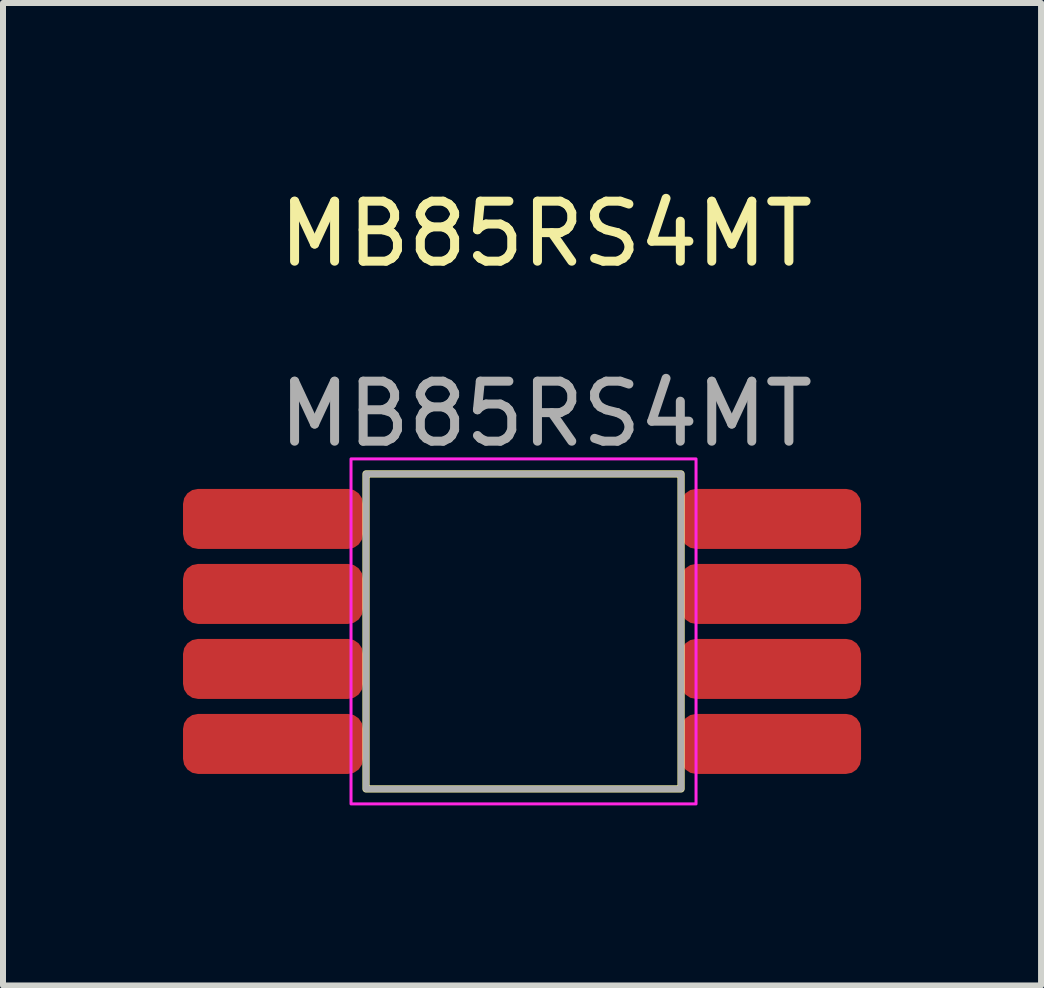
<source format=kicad_pcb>
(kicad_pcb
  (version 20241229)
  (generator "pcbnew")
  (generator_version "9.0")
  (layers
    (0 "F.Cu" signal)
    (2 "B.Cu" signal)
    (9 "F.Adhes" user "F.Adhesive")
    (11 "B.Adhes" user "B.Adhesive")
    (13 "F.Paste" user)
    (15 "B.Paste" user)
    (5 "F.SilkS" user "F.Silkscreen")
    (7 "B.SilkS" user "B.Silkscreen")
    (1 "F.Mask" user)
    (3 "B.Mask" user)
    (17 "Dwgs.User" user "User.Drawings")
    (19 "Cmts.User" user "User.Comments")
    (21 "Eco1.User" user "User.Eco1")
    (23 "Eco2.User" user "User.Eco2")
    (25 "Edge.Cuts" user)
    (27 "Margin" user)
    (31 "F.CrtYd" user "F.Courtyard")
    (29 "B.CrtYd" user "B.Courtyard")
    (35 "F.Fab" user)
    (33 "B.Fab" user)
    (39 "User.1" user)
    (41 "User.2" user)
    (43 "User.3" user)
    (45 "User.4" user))
  (footprint "MB85RS4MT"
    (layer "F.Cu")
    (at 9.8 9.348)
    (property "Reference" "MB85RS4MT" (at -3.75 -8.5 0) (unlocked yes) (layer "F.SilkS") (effects (font (size 1 1) (thickness 0.15))))
    (attr smd)
    (fp_rect (start -1.5 0.75) (end -6.75 -4.5) (stroke (width 0.12) (type solid)) (fill no) (layer "F.SilkS"))
    (fp_rect (start -1.25 1) (end -7 -4.75) (stroke (width 0.05) (type solid)) (fill no) (layer "F.CrtYd"))
    (fp_rect (start -1.5 0.75) (end -6.75 -4.5) (stroke (width 0.1) (type solid)) (fill no) (layer "F.Fab"))
    (fp_text user "${REFERENCE}" (at -3.75 -5.5 0) (unlocked yes) (layer "F.Fab") (effects (font (size 1 1) (thickness 0.15))))
    (pad "1" smd roundrect (at 0 0) (size 3 1) (layers "F.Cu" "F.Mask" "F.Paste") (roundrect_rratio 0.25))
    (pad "2" smd roundrect (at 0 -1.25) (size 3 1) (layers "F.Cu" "F.Mask" "F.Paste") (roundrect_rratio 0.25))
    (pad "3" smd roundrect (at 0 -2.5) (size 3 1) (layers "F.Cu" "F.Mask" "F.Paste") (roundrect_rratio 0.25))
    (pad "4" smd roundrect (at 0 -3.75) (size 3 1) (layers "F.Cu" "F.Mask" "F.Paste") (roundrect_rratio 0.25))
    (pad "5" smd roundrect (at -8.3 -3.75) (size 3 1) (layers "F.Cu" "F.Mask" "F.Paste") (roundrect_rratio 0.25))
    (pad "6" smd roundrect (at -8.3 -2.5) (size 3 1) (layers "F.Cu" "F.Mask" "F.Paste") (roundrect_rratio 0.25))
    (pad "7" smd roundrect (at -8.3 -1.25) (size 3 1) (layers "F.Cu" "F.Mask" "F.Paste") (roundrect_rratio 0.25))
    (pad "8" smd roundrect (at -8.3 0) (size 3 1) (layers "F.Cu" "F.Mask" "F.Paste") (roundrect_rratio 0.25)))
  (gr_rect
    (start -3 -3)
    (end 14.3 13.373)
    (stroke (width 0.1) (type default))
    (fill no)
    (layer "Edge.Cuts")))
</source>
